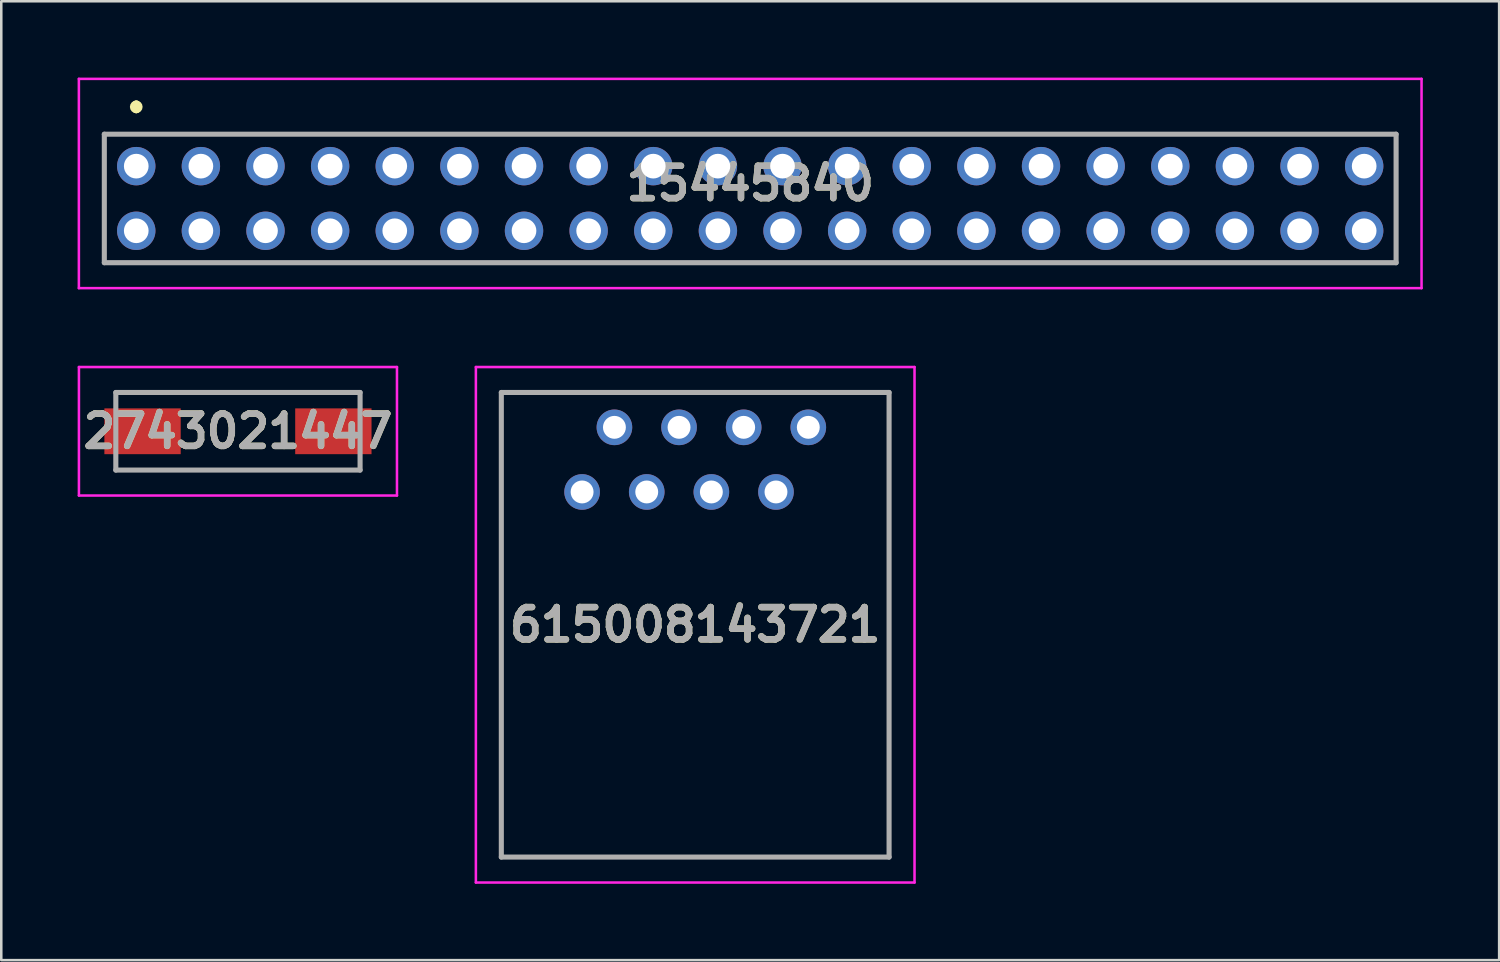
<source format=kicad_pcb>
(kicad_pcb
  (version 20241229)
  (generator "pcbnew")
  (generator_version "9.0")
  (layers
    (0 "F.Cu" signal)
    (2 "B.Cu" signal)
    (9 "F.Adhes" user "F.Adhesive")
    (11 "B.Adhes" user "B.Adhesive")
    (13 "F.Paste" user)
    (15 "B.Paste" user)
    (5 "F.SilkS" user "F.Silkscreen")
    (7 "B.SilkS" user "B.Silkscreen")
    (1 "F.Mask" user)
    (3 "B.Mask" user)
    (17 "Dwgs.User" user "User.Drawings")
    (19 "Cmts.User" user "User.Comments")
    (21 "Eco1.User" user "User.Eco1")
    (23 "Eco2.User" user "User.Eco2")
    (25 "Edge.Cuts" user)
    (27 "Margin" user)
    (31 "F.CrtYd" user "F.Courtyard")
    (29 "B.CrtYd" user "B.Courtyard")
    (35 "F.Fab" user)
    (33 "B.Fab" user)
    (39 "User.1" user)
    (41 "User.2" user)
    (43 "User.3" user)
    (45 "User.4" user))
  (footprint "2743021447"
    (layer "F.Cu")
    (at 6.302 13.9)
    (property "Reference" "2743021447" (at 0 0 0) (layer "F.SilkS") (effects (font (size 1.27 1.27) (thickness 0.254))))
    (attr smd)
    (fp_line (start -4.8 -1.525) (end 4.8 -1.525) (stroke (width 0.1) (type solid)) (layer "F.SilkS"))
    (fp_line (start -4.8 1.525) (end 4.8 1.525) (stroke (width 0.1) (type solid)) (layer "F.SilkS"))
    (fp_line (start -6.25 -2.525) (end 6.25 -2.525) (stroke (width 0.1) (type solid)) (layer "F.CrtYd"))
    (fp_line (start -6.25 2.525) (end -6.25 -2.525) (stroke (width 0.1) (type solid)) (layer "F.CrtYd"))
    (fp_line (start 6.25 -2.525) (end 6.25 2.525) (stroke (width 0.1) (type solid)) (layer "F.CrtYd"))
    (fp_line (start 6.25 2.525) (end -6.25 2.525) (stroke (width 0.1) (type solid)) (layer "F.CrtYd"))
    (fp_line (start -4.8 -1.525) (end 4.8 -1.525) (stroke (width 0.2) (type solid)) (layer "F.Fab"))
    (fp_line (start -4.8 1.525) (end -4.8 -1.525) (stroke (width 0.2) (type solid)) (layer "F.Fab"))
    (fp_line (start 4.8 -1.525) (end 4.8 1.525) (stroke (width 0.2) (type solid)) (layer "F.Fab"))
    (fp_line (start 4.8 1.525) (end -4.8 1.525) (stroke (width 0.2) (type solid)) (layer "F.Fab"))
    (fp_text user "${REFERENCE}" (at 0 0 0) (layer "F.Fab") (effects (font (size 1.27 1.27) (thickness 0.254))))
    (pad "1" smd rect (at -3.75 0 90) (size 1.8 3) (layers "F.Cu" "F.Mask" "F.Paste"))
    (pad "2" smd rect (at 3.75 0 90) (size 1.8 3) (layers "F.Cu" "F.Mask" "F.Paste")))
  (footprint "15445840"
    (layer "F.Cu")
    (at 2.305 3.48)
    (property "Reference" "15445840" (at 24.13 0.682 0) (layer "F.SilkS") (effects (font (size 1.27 1.27) (thickness 0.254))))
    (attr through_hole)
    (fp_line (start -1.255 -1.255) (end 49.515 -1.255) (stroke (width 0.1) (type solid)) (layer "F.SilkS"))
    (fp_line (start -1.255 3.795) (end -1.255 -1.255) (stroke (width 0.1) (type solid)) (layer "F.SilkS"))
    (fp_line (start 0 -2.43) (end 0 -2.43) (stroke (width 0.3) (type solid)) (layer "F.SilkS"))
    (fp_line (start 0 -2.23) (end 0 -2.23) (stroke (width 0.3) (type solid)) (layer "F.SilkS"))
    (fp_line (start 49.515 -1.255) (end 49.515 3.795) (stroke (width 0.1) (type solid)) (layer "F.SilkS"))
    (fp_line (start 49.515 3.795) (end -1.255 3.795) (stroke (width 0.1) (type solid)) (layer "F.SilkS"))
    (fp_arc (start 0 -2.43) (mid 0.1 -2.33) (end 0 -2.23) (stroke (width 0.3) (type solid)) (layer "F.SilkS"))
    (fp_arc (start 0 -2.23) (mid -0.1 -2.33) (end 0 -2.43) (stroke (width 0.3) (type solid)) (layer "F.SilkS"))
    (fp_line (start -2.255 -3.43) (end 50.515 -3.43) (stroke (width 0.1) (type solid)) (layer "F.CrtYd"))
    (fp_line (start -2.255 4.795) (end -2.255 -3.43) (stroke (width 0.1) (type solid)) (layer "F.CrtYd"))
    (fp_line (start 50.515 -3.43) (end 50.515 4.795) (stroke (width 0.1) (type solid)) (layer "F.CrtYd"))
    (fp_line (start 50.515 4.795) (end -2.255 4.795) (stroke (width 0.1) (type solid)) (layer "F.CrtYd"))
    (fp_line (start -1.255 -1.255) (end 49.515 -1.255) (stroke (width 0.2) (type solid)) (layer "F.Fab"))
    (fp_line (start -1.255 3.795) (end -1.255 -1.255) (stroke (width 0.2) (type solid)) (layer "F.Fab"))
    (fp_line (start 49.515 -1.255) (end 49.515 3.795) (stroke (width 0.2) (type solid)) (layer "F.Fab"))
    (fp_line (start 49.515 3.795) (end -1.255 3.795) (stroke (width 0.2) (type solid)) (layer "F.Fab"))
    (fp_text user "${REFERENCE}" (at 24.13 0.682 0) (layer "F.Fab") (effects (font (size 1.27 1.27) (thickness 0.254))))
    (pad "1" thru_hole circle (at 0 0) (size 1.509 1.509) (drill 0.97) (layers "*.Cu" "*.Mask"))
    (pad "2" thru_hole circle (at 0 2.54) (size 1.509 1.509) (drill 0.97) (layers "*.Cu" "*.Mask"))
    (pad "3" thru_hole circle (at 2.54 0) (size 1.509 1.509) (drill 0.97) (layers "*.Cu" "*.Mask"))
    (pad "4" thru_hole circle (at 2.54 2.54) (size 1.509 1.509) (drill 0.97) (layers "*.Cu" "*.Mask"))
    (pad "5" thru_hole circle (at 5.08 0) (size 1.509 1.509) (drill 0.97) (layers "*.Cu" "*.Mask"))
    (pad "6" thru_hole circle (at 5.08 2.54) (size 1.509 1.509) (drill 0.97) (layers "*.Cu" "*.Mask"))
    (pad "7" thru_hole circle (at 7.62 0) (size 1.509 1.509) (drill 0.97) (layers "*.Cu" "*.Mask"))
    (pad "8" thru_hole circle (at 7.62 2.54) (size 1.509 1.509) (drill 0.97) (layers "*.Cu" "*.Mask"))
    (pad "9" thru_hole circle (at 10.16 0) (size 1.509 1.509) (drill 0.97) (layers "*.Cu" "*.Mask"))
    (pad "10" thru_hole circle (at 10.16 2.54) (size 1.509 1.509) (drill 0.97) (layers "*.Cu" "*.Mask"))
    (pad "11" thru_hole circle (at 12.7 0) (size 1.509 1.509) (drill 0.97) (layers "*.Cu" "*.Mask"))
    (pad "12" thru_hole circle (at 12.7 2.54) (size 1.509 1.509) (drill 0.97) (layers "*.Cu" "*.Mask"))
    (pad "13" thru_hole circle (at 15.24 0) (size 1.509 1.509) (drill 0.97) (layers "*.Cu" "*.Mask"))
    (pad "14" thru_hole circle (at 15.24 2.54) (size 1.509 1.509) (drill 0.97) (layers "*.Cu" "*.Mask"))
    (pad "15" thru_hole circle (at 17.78 0) (size 1.509 1.509) (drill 0.97) (layers "*.Cu" "*.Mask"))
    (pad "16" thru_hole circle (at 17.78 2.54) (size 1.509 1.509) (drill 0.97) (layers "*.Cu" "*.Mask"))
    (pad "17" thru_hole circle (at 20.32 0) (size 1.509 1.509) (drill 0.97) (layers "*.Cu" "*.Mask"))
    (pad "18" thru_hole circle (at 20.32 2.54) (size 1.509 1.509) (drill 0.97) (layers "*.Cu" "*.Mask"))
    (pad "19" thru_hole circle (at 22.86 0) (size 1.509 1.509) (drill 0.97) (layers "*.Cu" "*.Mask"))
    (pad "20" thru_hole circle (at 22.86 2.54) (size 1.509 1.509) (drill 0.97) (layers "*.Cu" "*.Mask"))
    (pad "21" thru_hole circle (at 25.4 0) (size 1.509 1.509) (drill 0.97) (layers "*.Cu" "*.Mask"))
    (pad "22" thru_hole circle (at 25.4 2.54) (size 1.509 1.509) (drill 0.97) (layers "*.Cu" "*.Mask"))
    (pad "23" thru_hole circle (at 27.94 0) (size 1.509 1.509) (drill 0.97) (layers "*.Cu" "*.Mask"))
    (pad "24" thru_hole circle (at 27.94 2.54) (size 1.509 1.509) (drill 0.97) (layers "*.Cu" "*.Mask"))
    (pad "25" thru_hole circle (at 30.48 0) (size 1.509 1.509) (drill 0.97) (layers "*.Cu" "*.Mask"))
    (pad "26" thru_hole circle (at 30.48 2.54) (size 1.509 1.509) (drill 0.97) (layers "*.Cu" "*.Mask"))
    (pad "27" thru_hole circle (at 33.02 0) (size 1.509 1.509) (drill 0.97) (layers "*.Cu" "*.Mask"))
    (pad "28" thru_hole circle (at 33.02 2.54) (size 1.509 1.509) (drill 0.97) (layers "*.Cu" "*.Mask"))
    (pad "29" thru_hole circle (at 35.56 0) (size 1.509 1.509) (drill 0.97) (layers "*.Cu" "*.Mask"))
    (pad "30" thru_hole circle (at 35.56 2.54) (size 1.509 1.509) (drill 0.97) (layers "*.Cu" "*.Mask"))
    (pad "31" thru_hole circle (at 38.1 0) (size 1.509 1.509) (drill 0.97) (layers "*.Cu" "*.Mask"))
    (pad "32" thru_hole circle (at 38.1 2.54) (size 1.509 1.509) (drill 0.97) (layers "*.Cu" "*.Mask"))
    (pad "33" thru_hole circle (at 40.64 0) (size 1.509 1.509) (drill 0.97) (layers "*.Cu" "*.Mask"))
    (pad "34" thru_hole circle (at 40.64 2.54) (size 1.509 1.509) (drill 0.97) (layers "*.Cu" "*.Mask"))
    (pad "35" thru_hole circle (at 43.18 0) (size 1.509 1.509) (drill 0.97) (layers "*.Cu" "*.Mask"))
    (pad "36" thru_hole circle (at 43.18 2.54) (size 1.509 1.509) (drill 0.97) (layers "*.Cu" "*.Mask"))
    (pad "37" thru_hole circle (at 45.72 0) (size 1.509 1.509) (drill 0.97) (layers "*.Cu" "*.Mask"))
    (pad "38" thru_hole circle (at 45.72 2.54) (size 1.509 1.509) (drill 0.97) (layers "*.Cu" "*.Mask"))
    (pad "39" thru_hole circle (at 48.26 0) (size 1.509 1.509) (drill 0.97) (layers "*.Cu" "*.Mask"))
    (pad "40" thru_hole circle (at 48.26 2.54) (size 1.509 1.509) (drill 0.97) (layers "*.Cu" "*.Mask")))
  (footprint "615008143721"
    (layer "F.Cu")
    (at 19.828 16.285)
    (property "Reference" "615008143721" (at 4.445 5.22 0) (layer "F.SilkS") (effects (font (size 1.27 1.27) (thickness 0.254))))
    (attr through_hole)
    (fp_line (start -3.175 -3.91) (end 12.065 -3.91) (stroke (width 0.1) (type solid)) (layer "F.SilkS"))
    (fp_line (start -3.175 14.35) (end -3.175 -3.91) (stroke (width 0.1) (type solid)) (layer "F.SilkS"))
    (fp_line (start 12.065 -3.91) (end 12.065 14.35) (stroke (width 0.1) (type solid)) (layer "F.SilkS"))
    (fp_line (start 12.065 14.35) (end -3.175 14.35) (stroke (width 0.1) (type solid)) (layer "F.SilkS"))
    (fp_line (start -4.175 -4.91) (end 13.065 -4.91) (stroke (width 0.1) (type solid)) (layer "F.CrtYd"))
    (fp_line (start -4.175 15.35) (end -4.175 -4.91) (stroke (width 0.1) (type solid)) (layer "F.CrtYd"))
    (fp_line (start 13.065 -4.91) (end 13.065 15.35) (stroke (width 0.1) (type solid)) (layer "F.CrtYd"))
    (fp_line (start 13.065 15.35) (end -4.175 15.35) (stroke (width 0.1) (type solid)) (layer "F.CrtYd"))
    (fp_line (start -3.175 -3.91) (end 12.065 -3.91) (stroke (width 0.2) (type solid)) (layer "F.Fab"))
    (fp_line (start -3.175 14.35) (end -3.175 -3.91) (stroke (width 0.2) (type solid)) (layer "F.Fab"))
    (fp_line (start 12.065 -3.91) (end 12.065 14.35) (stroke (width 0.2) (type solid)) (layer "F.Fab"))
    (fp_line (start 12.065 14.35) (end -3.175 14.35) (stroke (width 0.2) (type solid)) (layer "F.Fab"))
    (fp_text user "${REFERENCE}" (at 4.445 5.22 0) (layer "F.Fab") (effects (font (size 1.27 1.27) (thickness 0.254))))
    (pad "" np_thru_hole circle (at -1.27 6.35) (size 0.001 0.001) (drill 3.17) (layers "*.Cu" "*.Mask"))
    (pad "" np_thru_hole circle (at 10.16 6.35) (size 0.001 0.001) (drill 3.17) (layers "*.Cu" "*.Mask"))
    (pad "1" thru_hole circle (at 0 0) (size 1.4 1.4) (drill 0.9) (layers "*.Cu" "*.Mask"))
    (pad "2" thru_hole circle (at 1.27 -2.54) (size 1.4 1.4) (drill 0.9) (layers "*.Cu" "*.Mask"))
    (pad "3" thru_hole circle (at 2.54 0) (size 1.4 1.4) (drill 0.9) (layers "*.Cu" "*.Mask"))
    (pad "4" thru_hole circle (at 3.81 -2.54) (size 1.4 1.4) (drill 0.9) (layers "*.Cu" "*.Mask"))
    (pad "5" thru_hole circle (at 5.08 0) (size 1.4 1.4) (drill 0.9) (layers "*.Cu" "*.Mask"))
    (pad "6" thru_hole circle (at 6.35 -2.54) (size 1.4 1.4) (drill 0.9) (layers "*.Cu" "*.Mask"))
    (pad "7" thru_hole circle (at 7.62 0) (size 1.4 1.4) (drill 0.9) (layers "*.Cu" "*.Mask"))
    (pad "8" thru_hole circle (at 8.89 -2.54) (size 1.4 1.4) (drill 0.9) (layers "*.Cu" "*.Mask")))
  (gr_rect
    (start -3 -3)
    (end 55.87 34.685)
    (stroke (width 0.1) (type default))
    (fill no)
    (layer "Edge.Cuts")))
</source>
